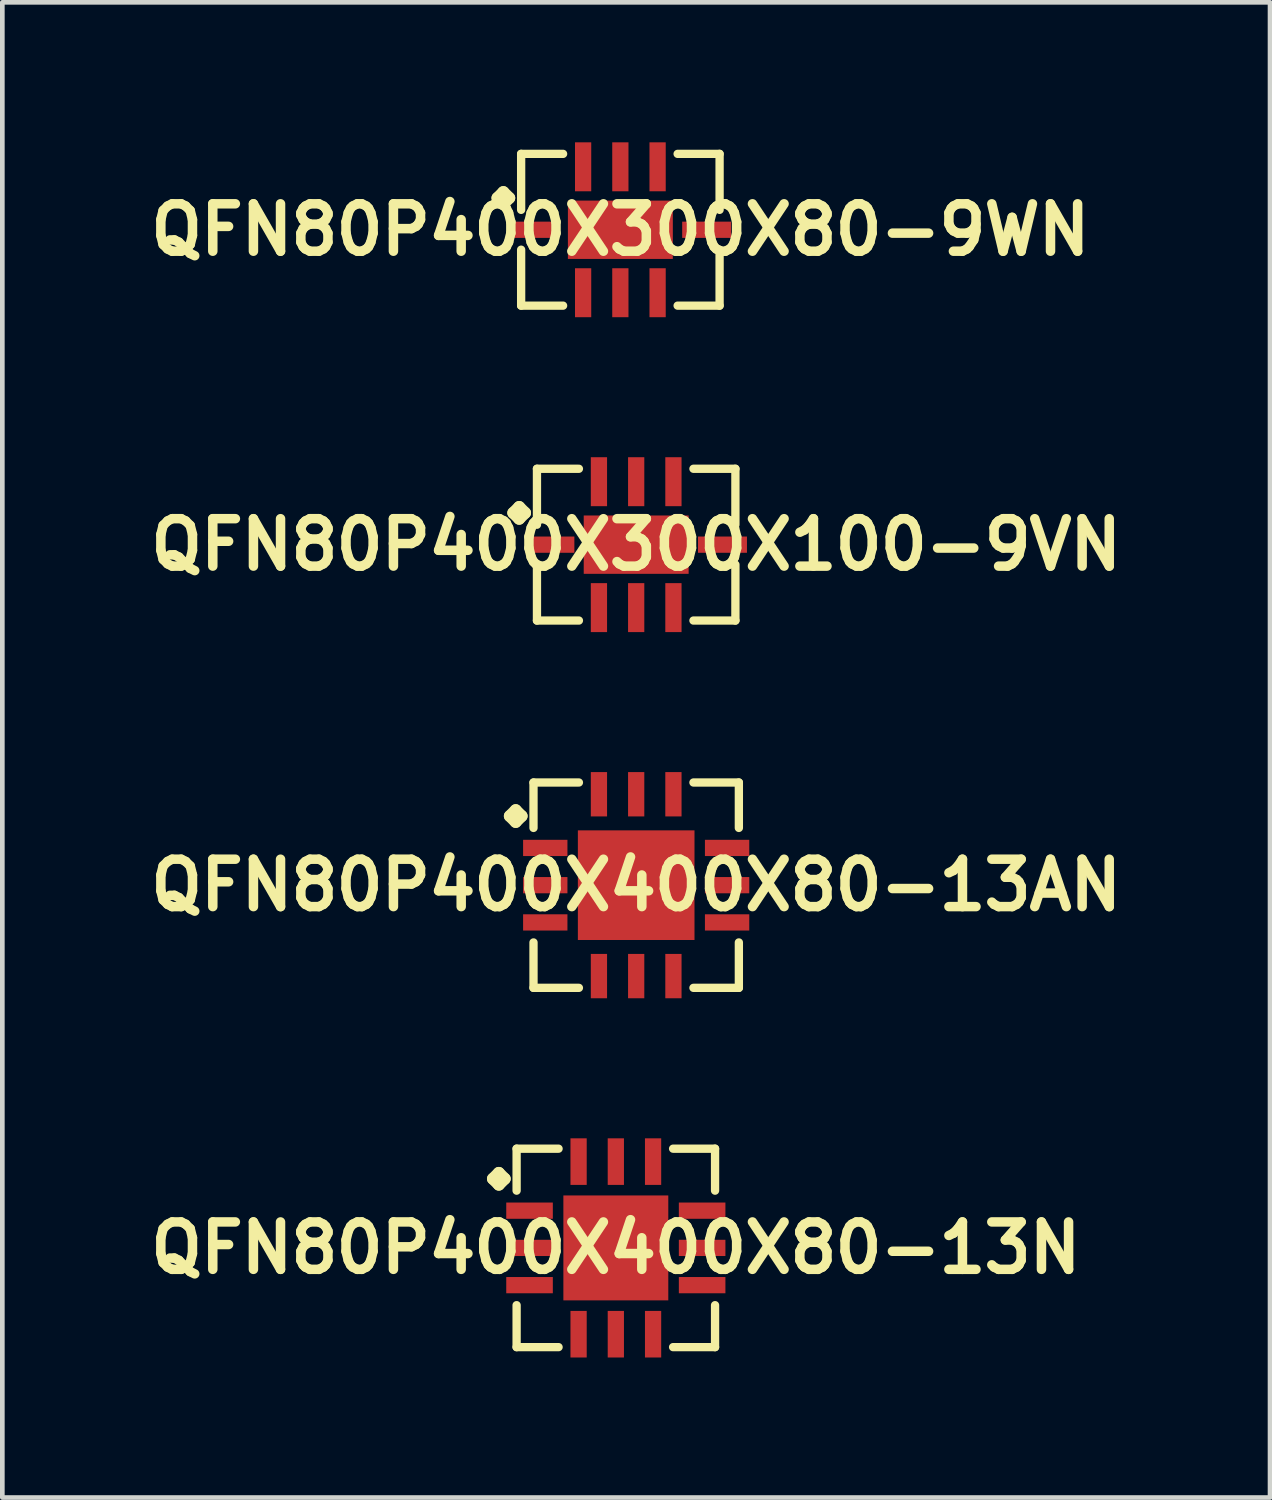
<source format=kicad_pcb>
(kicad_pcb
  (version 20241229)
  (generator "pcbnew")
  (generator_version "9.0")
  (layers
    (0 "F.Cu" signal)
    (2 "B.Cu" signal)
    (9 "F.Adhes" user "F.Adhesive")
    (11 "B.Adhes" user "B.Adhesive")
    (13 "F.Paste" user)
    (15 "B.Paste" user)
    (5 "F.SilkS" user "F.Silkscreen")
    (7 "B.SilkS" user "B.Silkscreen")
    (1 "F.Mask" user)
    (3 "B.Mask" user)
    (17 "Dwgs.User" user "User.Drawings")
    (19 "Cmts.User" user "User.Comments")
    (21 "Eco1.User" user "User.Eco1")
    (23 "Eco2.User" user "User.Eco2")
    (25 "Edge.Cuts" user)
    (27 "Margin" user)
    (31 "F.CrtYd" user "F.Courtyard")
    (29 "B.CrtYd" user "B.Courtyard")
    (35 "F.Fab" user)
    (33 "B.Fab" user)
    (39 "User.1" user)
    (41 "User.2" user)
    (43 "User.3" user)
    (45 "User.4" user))
  (footprint "QFN80P400X400X80-13AN"
    (layer "F.Cu")
    (at 10.581 15.916)
    (property "Reference" "QFN80P400X400X80-13AN" (at 0 0 0) (layer "F.SilkS") (effects (font (size 1.016 1.016) (thickness 0.203))))
    (attr smd)
    (fp_line (start -2.708 -1.481) (end -2.581 -1.608) (stroke (width 0.254) (type solid)) (layer "F.SilkS"))
    (fp_line (start -2.581 -1.608) (end -2.454 -1.481) (stroke (width 0.254) (type solid)) (layer "F.SilkS"))
    (fp_line (start -2.581 -1.354) (end -2.708 -1.481) (stroke (width 0.254) (type solid)) (layer "F.SilkS"))
    (fp_line (start -2.454 -1.481) (end -2.581 -1.354) (stroke (width 0.254) (type solid)) (layer "F.SilkS"))
    (fp_line (start -2.2 -2.2) (end -1.227 -2.2) (stroke (width 0.178) (type solid)) (layer "F.SilkS"))
    (fp_line (start -2.2 -1.227) (end -2.2 -2.2) (stroke (width 0.178) (type solid)) (layer "F.SilkS"))
    (fp_line (start -2.2 1.227) (end -2.2 2.2) (stroke (width 0.178) (type solid)) (layer "F.SilkS"))
    (fp_line (start -2.2 2.2) (end -1.227 2.2) (stroke (width 0.178) (type solid)) (layer "F.SilkS"))
    (fp_line (start 1.227 -2.2) (end 2.2 -2.2) (stroke (width 0.178) (type solid)) (layer "F.SilkS"))
    (fp_line (start 1.227 2.2) (end 2.2 2.2) (stroke (width 0.178) (type solid)) (layer "F.SilkS"))
    (fp_line (start 2.2 -2.2) (end 2.2 -1.227) (stroke (width 0.178) (type solid)) (layer "F.SilkS"))
    (fp_line (start 2.2 2.2) (end 2.2 1.227) (stroke (width 0.178) (type solid)) (layer "F.SilkS"))
    (pad "1" smd rect (at -1.948 -0.798) (size 0.95 0.348) (layers "F.Cu" "F.Mask" "F.Paste"))
    (pad "2" smd rect (at -1.948 0) (size 0.95 0.348) (layers "F.Cu" "F.Mask" "F.Paste"))
    (pad "3" smd rect (at -1.948 0.798) (size 0.95 0.348) (layers "F.Cu" "F.Mask" "F.Paste"))
    (pad "4" smd rect (at -0.798 1.948) (size 0.348 0.95) (layers "F.Cu" "F.Mask" "F.Paste"))
    (pad "5" smd rect (at 0 1.948) (size 0.348 0.95) (layers "F.Cu" "F.Mask" "F.Paste"))
    (pad "6" smd rect (at 0.798 1.948) (size 0.348 0.95) (layers "F.Cu" "F.Mask" "F.Paste"))
    (pad "7" smd rect (at 1.948 0.798) (size 0.95 0.348) (layers "F.Cu" "F.Mask" "F.Paste"))
    (pad "8" smd rect (at 1.948 0) (size 0.95 0.348) (layers "F.Cu" "F.Mask" "F.Paste"))
    (pad "9" smd rect (at 1.948 -0.798) (size 0.95 0.348) (layers "F.Cu" "F.Mask" "F.Paste"))
    (pad "10" smd rect (at 0.798 -1.948) (size 0.348 0.95) (layers "F.Cu" "F.Mask" "F.Paste"))
    (pad "11" smd rect (at 0 -1.948) (size 0.348 0.95) (layers "F.Cu" "F.Mask" "F.Paste"))
    (pad "12" smd rect (at -0.798 -1.948) (size 0.348 0.95) (layers "F.Cu" "F.Mask" "F.Paste"))
    (pad "13" smd rect (at 0 0) (size 2.499 2.349) (layers "F.Cu" "F.Mask" "F.Paste")))
  (footprint "QFN80P400X400X80-13N"
    (layer "F.Cu")
    (at 10.145 23.688)
    (property "Reference" "QFN80P400X400X80-13N" (at 0 0 0) (layer "F.SilkS") (effects (font (size 1.016 1.016) (thickness 0.203))))
    (attr smd)
    (fp_line (start -2.634 -1.481) (end -2.507 -1.608) (stroke (width 0.254) (type solid)) (layer "F.SilkS"))
    (fp_line (start -2.507 -1.608) (end -2.38 -1.481) (stroke (width 0.254) (type solid)) (layer "F.SilkS"))
    (fp_line (start -2.507 -1.354) (end -2.634 -1.481) (stroke (width 0.254) (type solid)) (layer "F.SilkS"))
    (fp_line (start -2.38 -1.481) (end -2.507 -1.354) (stroke (width 0.254) (type solid)) (layer "F.SilkS"))
    (fp_line (start -2.126 -2.126) (end -1.227 -2.126) (stroke (width 0.178) (type solid)) (layer "F.SilkS"))
    (fp_line (start -2.126 -1.227) (end -2.126 -2.126) (stroke (width 0.178) (type solid)) (layer "F.SilkS"))
    (fp_line (start -2.126 1.227) (end -2.126 2.126) (stroke (width 0.178) (type solid)) (layer "F.SilkS"))
    (fp_line (start -2.126 2.126) (end -1.227 2.126) (stroke (width 0.178) (type solid)) (layer "F.SilkS"))
    (fp_line (start 1.227 -2.126) (end 2.126 -2.126) (stroke (width 0.178) (type solid)) (layer "F.SilkS"))
    (fp_line (start 1.227 2.126) (end 2.126 2.126) (stroke (width 0.178) (type solid)) (layer "F.SilkS"))
    (fp_line (start 2.126 -2.126) (end 2.126 -1.227) (stroke (width 0.178) (type solid)) (layer "F.SilkS"))
    (fp_line (start 2.126 2.126) (end 2.126 1.227) (stroke (width 0.178) (type solid)) (layer "F.SilkS"))
    (pad "1" smd rect (at -1.849 -0.798) (size 0.998 0.348) (layers "F.Cu" "F.Mask" "F.Paste"))
    (pad "2" smd rect (at -1.849 0) (size 0.998 0.348) (layers "F.Cu" "F.Mask" "F.Paste"))
    (pad "3" smd rect (at -1.849 0.798) (size 0.998 0.348) (layers "F.Cu" "F.Mask" "F.Paste"))
    (pad "4" smd rect (at -0.798 1.849) (size 0.348 0.998) (layers "F.Cu" "F.Mask" "F.Paste"))
    (pad "5" smd rect (at 0 1.849) (size 0.348 0.998) (layers "F.Cu" "F.Mask" "F.Paste"))
    (pad "6" smd rect (at 0.798 1.849) (size 0.348 0.998) (layers "F.Cu" "F.Mask" "F.Paste"))
    (pad "7" smd rect (at 1.849 0.798) (size 0.998 0.348) (layers "F.Cu" "F.Mask" "F.Paste"))
    (pad "8" smd rect (at 1.849 0) (size 0.998 0.348) (layers "F.Cu" "F.Mask" "F.Paste"))
    (pad "9" smd rect (at 1.849 -0.798) (size 0.998 0.348) (layers "F.Cu" "F.Mask" "F.Paste"))
    (pad "10" smd rect (at 0.798 -1.849) (size 0.348 0.998) (layers "F.Cu" "F.Mask" "F.Paste"))
    (pad "11" smd rect (at 0 -1.849) (size 0.348 0.998) (layers "F.Cu" "F.Mask" "F.Paste"))
    (pad "12" smd rect (at -0.798 -1.849) (size 0.348 0.998) (layers "F.Cu" "F.Mask" "F.Paste"))
    (pad "13" smd rect (at 0 0) (size 2.248 2.248) (layers "F.Cu" "F.Mask" "F.Paste")))
  (footprint "QFN80P400X300X80-9WN"
    (layer "F.Cu")
    (at 10.242 1.873)
    (property "Reference" "QFN80P400X300X80-9WN" (at 0 0 0) (layer "F.SilkS") (effects (font (size 1.016 1.016) (thickness 0.203))))
    (attr smd)
    (fp_line (start -2.634 -0.681) (end -2.507 -0.808) (stroke (width 0.254) (type solid)) (layer "F.SilkS"))
    (fp_line (start -2.507 -0.808) (end -2.38 -0.681) (stroke (width 0.254) (type solid)) (layer "F.SilkS"))
    (fp_line (start -2.507 -0.554) (end -2.634 -0.681) (stroke (width 0.254) (type solid)) (layer "F.SilkS"))
    (fp_line (start -2.38 -0.681) (end -2.507 -0.554) (stroke (width 0.254) (type solid)) (layer "F.SilkS"))
    (fp_line (start -2.126 -1.626) (end -1.227 -1.626) (stroke (width 0.178) (type solid)) (layer "F.SilkS"))
    (fp_line (start -2.126 -0.427) (end -2.126 -1.626) (stroke (width 0.178) (type solid)) (layer "F.SilkS"))
    (fp_line (start -2.126 0.427) (end -2.126 1.626) (stroke (width 0.178) (type solid)) (layer "F.SilkS"))
    (fp_line (start -2.126 1.626) (end -1.227 1.626) (stroke (width 0.178) (type solid)) (layer "F.SilkS"))
    (fp_line (start 1.227 -1.626) (end 2.126 -1.626) (stroke (width 0.178) (type solid)) (layer "F.SilkS"))
    (fp_line (start 1.227 1.626) (end 2.126 1.626) (stroke (width 0.178) (type solid)) (layer "F.SilkS"))
    (fp_line (start 2.126 -1.626) (end 2.126 -0.427) (stroke (width 0.178) (type solid)) (layer "F.SilkS"))
    (fp_line (start 2.126 1.626) (end 2.126 0.427) (stroke (width 0.178) (type solid)) (layer "F.SilkS"))
    (pad "1" smd rect (at -1.849 0) (size 1.049 0.348) (layers "F.Cu" "F.Mask" "F.Paste"))
    (pad "2" smd rect (at -0.798 1.349) (size 0.348 1.049) (layers "F.Cu" "F.Mask" "F.Paste"))
    (pad "3" smd rect (at 0 1.349) (size 0.348 1.049) (layers "F.Cu" "F.Mask" "F.Paste"))
    (pad "4" smd rect (at 0.798 1.349) (size 0.348 1.049) (layers "F.Cu" "F.Mask" "F.Paste"))
    (pad "5" smd rect (at 1.849 0) (size 1.049 0.348) (layers "F.Cu" "F.Mask" "F.Paste"))
    (pad "6" smd rect (at 0.798 -1.349) (size 0.348 1.049) (layers "F.Cu" "F.Mask" "F.Paste"))
    (pad "7" smd rect (at 0 -1.349) (size 0.348 1.049) (layers "F.Cu" "F.Mask" "F.Paste"))
    (pad "8" smd rect (at -0.798 -1.349) (size 0.348 1.049) (layers "F.Cu" "F.Mask" "F.Paste"))
    (pad "9" smd rect (at 0 0) (size 2.248 1.25) (layers "F.Cu" "F.Mask" "F.Paste")))
  (footprint "QFN80P400X300X100-9VN"
    (layer "F.Cu")
    (at 10.581 8.62)
    (property "Reference" "QFN80P400X300X100-9VN" (at 0 0 0) (layer "F.SilkS") (effects (font (size 1.016 1.016) (thickness 0.203))))
    (attr smd)
    (fp_line (start -2.634 -0.681) (end -2.507 -0.808) (stroke (width 0.254) (type solid)) (layer "F.SilkS"))
    (fp_line (start -2.507 -0.808) (end -2.38 -0.681) (stroke (width 0.254) (type solid)) (layer "F.SilkS"))
    (fp_line (start -2.507 -0.554) (end -2.634 -0.681) (stroke (width 0.254) (type solid)) (layer "F.SilkS"))
    (fp_line (start -2.38 -0.681) (end -2.507 -0.554) (stroke (width 0.254) (type solid)) (layer "F.SilkS"))
    (fp_line (start -2.126 -1.626) (end -1.227 -1.626) (stroke (width 0.178) (type solid)) (layer "F.SilkS"))
    (fp_line (start -2.126 -0.427) (end -2.126 -1.626) (stroke (width 0.178) (type solid)) (layer "F.SilkS"))
    (fp_line (start -2.126 0.427) (end -2.126 1.626) (stroke (width 0.178) (type solid)) (layer "F.SilkS"))
    (fp_line (start -2.126 1.626) (end -1.227 1.626) (stroke (width 0.178) (type solid)) (layer "F.SilkS"))
    (fp_line (start 1.227 -1.626) (end 2.126 -1.626) (stroke (width 0.178) (type solid)) (layer "F.SilkS"))
    (fp_line (start 1.227 1.626) (end 2.126 1.626) (stroke (width 0.178) (type solid)) (layer "F.SilkS"))
    (fp_line (start 2.126 -1.626) (end 2.126 -0.427) (stroke (width 0.178) (type solid)) (layer "F.SilkS"))
    (fp_line (start 2.126 1.626) (end 2.126 0.427) (stroke (width 0.178) (type solid)) (layer "F.SilkS"))
    (pad "1" smd rect (at -1.849 0) (size 1.049 0.348) (layers "F.Cu" "F.Mask" "F.Paste"))
    (pad "2" smd rect (at -0.798 1.349) (size 0.348 1.049) (layers "F.Cu" "F.Mask" "F.Paste"))
    (pad "3" smd rect (at 0 1.349) (size 0.348 1.049) (layers "F.Cu" "F.Mask" "F.Paste"))
    (pad "4" smd rect (at 0.798 1.349) (size 0.348 1.049) (layers "F.Cu" "F.Mask" "F.Paste"))
    (pad "5" smd rect (at 1.849 0) (size 1.049 0.348) (layers "F.Cu" "F.Mask" "F.Paste"))
    (pad "6" smd rect (at 0.798 -1.349) (size 0.348 1.049) (layers "F.Cu" "F.Mask" "F.Paste"))
    (pad "7" smd rect (at 0 -1.349) (size 0.348 1.049) (layers "F.Cu" "F.Mask" "F.Paste"))
    (pad "8" smd rect (at -0.798 -1.349) (size 0.348 1.049) (layers "F.Cu" "F.Mask" "F.Paste"))
    (pad "9" smd rect (at 0 0) (size 2.248 1.25) (layers "F.Cu" "F.Mask" "F.Paste")))
  (gr_rect
    (start -3 -3)
    (end 24.162 29.036)
    (stroke (width 0.1) (type default))
    (fill no)
    (layer "Edge.Cuts")))
</source>
